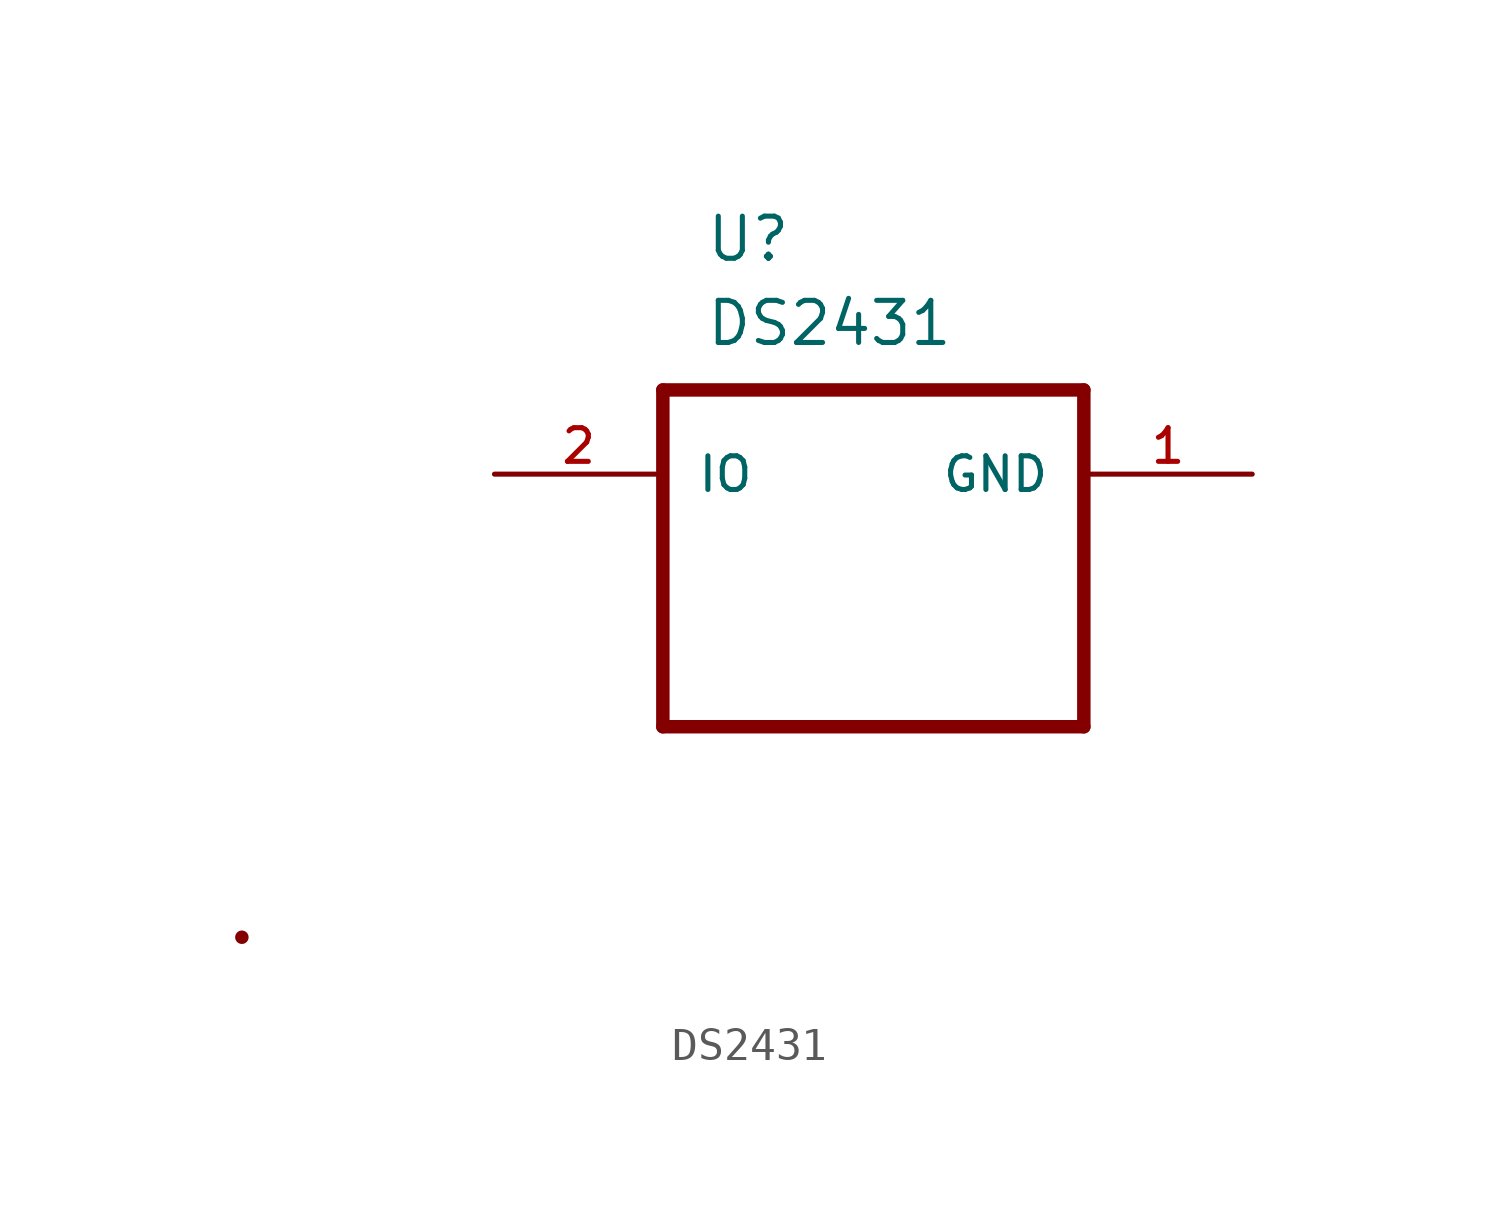
<source format=kicad_sym>
(kicad_symbol_lib
  (version 20211014)
  (generator kicad_symbol_editor)
  (symbol "DS2431"
    (pin_names
      (offset 1.016))
    (property "Reference" "U"
      (at 1.27 8.89 0)
      (effects (font (size 1.27 1.27)) (justify left bottom)))
    (property "Value" "DS2431"
      (at 1.27 6.35 0)
      (effects (font (size 1.27 1.27)) (justify left bottom)))
    (property "ki_locked" ""
      (at 0 0 0)
      (effects (font (size 1.27 1.27))))
    (symbol "DS2431_0_0"
      (polyline (pts (xy 0 -5.08) (xy 0 5.08)) (stroke (width 0.406) (type default) (color 0 0 0 0)) (fill (type none)))
      (polyline (pts (xy 12.7 5.08) (xy 12.7 -5.08)) (stroke (width 0.406) (type default) (color 0 0 0 0)) (fill (type none)))
      (pin power_in line (at 17.78 2.54 180) (length 5.08) (name "GND" (effects (font (size 1.016 1.016)))) (number "1" (effects (font (size 1.016 1.016)))))
      (pin bidirectional line (at -5.08 2.54 0) (length 5.08) (name "IO" (effects (font (size 1.016 1.016)))) (number "2" (effects (font (size 1.016 1.016))))))
    (symbol "DS2431_1_1"
      (polyline (pts (xy -12.7 -11.43) (xy -12.7 -11.43)) (stroke (width 0.406) (type default) (color 0 0 0 0)) (fill (type none)))
      (polyline (pts (xy 0 -5.08) (xy 12.7 -5.08)) (stroke (width 0.406) (type default) (color 0 0 0 0)) (fill (type none)))
      (polyline (pts (xy 0 5.08) (xy 12.7 5.08)) (stroke (width 0.406) (type default) (color 0 0 0 0)) (fill (type none))))))
</source>
